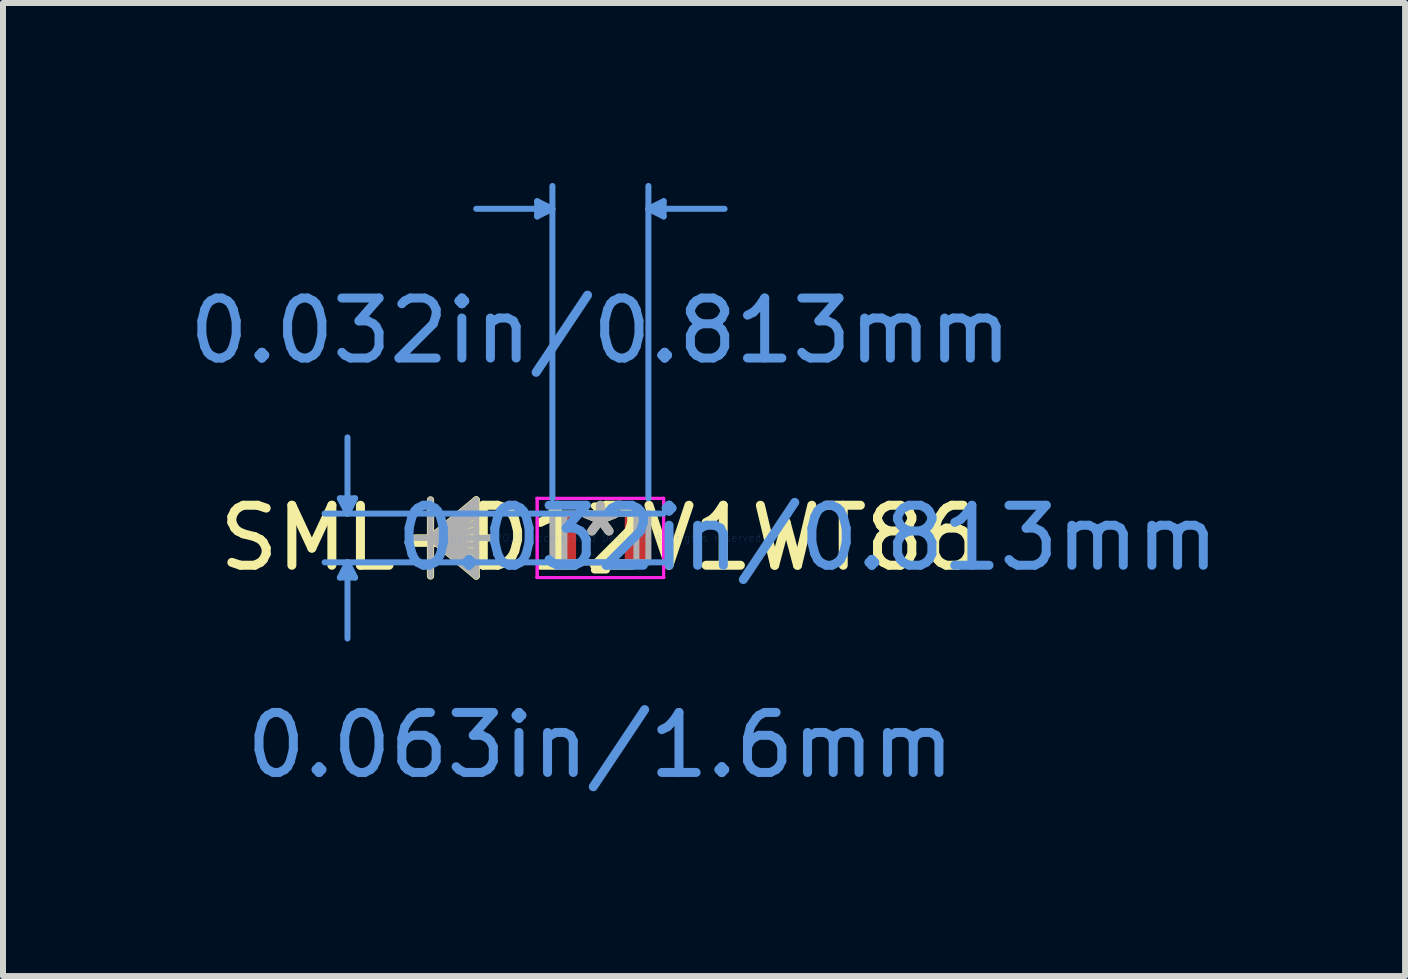
<source format=kicad_pcb>
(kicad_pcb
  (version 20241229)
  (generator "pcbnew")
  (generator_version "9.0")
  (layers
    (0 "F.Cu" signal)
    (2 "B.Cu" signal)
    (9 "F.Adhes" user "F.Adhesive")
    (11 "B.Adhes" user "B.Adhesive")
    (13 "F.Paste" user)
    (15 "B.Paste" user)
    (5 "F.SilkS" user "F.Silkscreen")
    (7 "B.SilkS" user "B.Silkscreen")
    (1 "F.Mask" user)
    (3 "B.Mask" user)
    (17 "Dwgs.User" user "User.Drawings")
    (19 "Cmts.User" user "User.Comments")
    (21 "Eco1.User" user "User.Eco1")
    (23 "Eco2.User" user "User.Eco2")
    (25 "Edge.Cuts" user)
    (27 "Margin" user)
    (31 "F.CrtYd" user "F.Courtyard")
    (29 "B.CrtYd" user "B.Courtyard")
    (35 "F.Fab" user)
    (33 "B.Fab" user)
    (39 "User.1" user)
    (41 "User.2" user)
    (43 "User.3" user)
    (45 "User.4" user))
  (footprint "SML-D12V1WT86"
    (layer "F.Cu")
    (at 6.958 5.917)
    (property "Reference" "SML-D12V1WT86" (at 0 0 0) (layer "F.SilkS") (effects (font (size 1 1) (thickness 0.15))))
    (attr through_hole)
    (fp_line (start -2.832 -0.635) (end -2.832 0.635) (stroke (width 0.12) (type solid)) (layer "F.SilkS"))
    (fp_line (start -2.832 0) (end -2.07 -0.635) (stroke (width 0.12) (type solid)) (layer "F.SilkS"))
    (fp_line (start -2.832 0) (end -2.07 -0.508) (stroke (width 0.12) (type solid)) (layer "F.SilkS"))
    (fp_line (start -2.832 0) (end -2.07 -0.381) (stroke (width 0.12) (type solid)) (layer "F.SilkS"))
    (fp_line (start -2.832 0) (end -2.07 -0.254) (stroke (width 0.12) (type solid)) (layer "F.SilkS"))
    (fp_line (start -2.832 0) (end -2.07 -0.127) (stroke (width 0.12) (type solid)) (layer "F.SilkS"))
    (fp_line (start -2.832 0) (end -2.07 0.127) (stroke (width 0.12) (type solid)) (layer "F.SilkS"))
    (fp_line (start -2.832 0) (end -2.07 0.254) (stroke (width 0.12) (type solid)) (layer "F.SilkS"))
    (fp_line (start -2.832 0) (end -2.07 0.381) (stroke (width 0.12) (type solid)) (layer "F.SilkS"))
    (fp_line (start -2.832 0) (end -2.07 0.508) (stroke (width 0.12) (type solid)) (layer "F.SilkS"))
    (fp_line (start -2.832 0) (end -2.07 0.635) (stroke (width 0.12) (type solid)) (layer "F.SilkS"))
    (fp_line (start -2.07 -0.635) (end -2.07 0.635) (stroke (width 0.12) (type solid)) (layer "F.SilkS"))
    (fp_line (start -1.816 0) (end -3.086 0) (stroke (width 0.12) (type solid)) (layer "F.SilkS"))
    (fp_line (start -0.099 0.533) (end 0.099 0.533) (stroke (width 0.12) (type solid)) (layer "F.SilkS"))
    (fp_line (start 0.099 -0.533) (end -0.099 -0.533) (stroke (width 0.12) (type solid)) (layer "F.SilkS"))
    (fp_line (start -4.343 -0.66) (end -4.089 -0.66) (stroke (width 0.1) (type solid)) (layer "Cmts.User"))
    (fp_line (start -4.343 0.66) (end -4.089 0.66) (stroke (width 0.1) (type solid)) (layer "Cmts.User"))
    (fp_line (start -4.216 -0.406) (end -4.343 -0.66) (stroke (width 0.1) (type solid)) (layer "Cmts.User"))
    (fp_line (start -4.216 -0.406) (end -4.216 -1.676) (stroke (width 0.1) (type solid)) (layer "Cmts.User"))
    (fp_line (start -4.216 -0.406) (end -4.089 -0.66) (stroke (width 0.1) (type solid)) (layer "Cmts.User"))
    (fp_line (start -4.216 0.406) (end -4.343 0.66) (stroke (width 0.1) (type solid)) (layer "Cmts.User"))
    (fp_line (start -4.216 0.406) (end -4.216 1.676) (stroke (width 0.1) (type solid)) (layer "Cmts.User"))
    (fp_line (start -4.216 0.406) (end -4.089 0.66) (stroke (width 0.1) (type solid)) (layer "Cmts.User"))
    (fp_line (start -1.054 -5.613) (end -1.054 -5.359) (stroke (width 0.1) (type solid)) (layer "Cmts.User"))
    (fp_line (start -0.8 -5.486) (end -2.07 -5.486) (stroke (width 0.1) (type solid)) (layer "Cmts.User"))
    (fp_line (start -0.8 -5.486) (end -1.054 -5.613) (stroke (width 0.1) (type solid)) (layer "Cmts.User"))
    (fp_line (start -0.8 -5.486) (end -1.054 -5.359) (stroke (width 0.1) (type solid)) (layer "Cmts.User"))
    (fp_line (start -0.8 -0.66) (end -0.8 -5.867) (stroke (width 0.1) (type solid)) (layer "Cmts.User"))
    (fp_line (start 0.8 -5.486) (end 1.054 -5.613) (stroke (width 0.1) (type solid)) (layer "Cmts.User"))
    (fp_line (start 0.8 -5.486) (end 1.054 -5.359) (stroke (width 0.1) (type solid)) (layer "Cmts.User"))
    (fp_line (start 0.8 -5.486) (end 2.07 -5.486) (stroke (width 0.1) (type solid)) (layer "Cmts.User"))
    (fp_line (start 0.8 -0.66) (end 0.8 -5.867) (stroke (width 0.1) (type solid)) (layer "Cmts.User"))
    (fp_line (start 1.054 -5.613) (end 1.054 -5.359) (stroke (width 0.1) (type solid)) (layer "Cmts.User"))
    (fp_line (start 1.054 -0.406) (end -4.597 -0.406) (stroke (width 0.1) (type solid)) (layer "Cmts.User"))
    (fp_line (start 1.054 0.406) (end -4.597 0.406) (stroke (width 0.1) (type solid)) (layer "Cmts.User"))
    (fp_line (start -1.054 -0.66) (end -1.054 -0.66) (stroke (width 0.05) (type solid)) (layer "F.CrtYd"))
    (fp_line (start -1.054 -0.66) (end -1.054 -0.66) (stroke (width 0.05) (type solid)) (layer "F.CrtYd"))
    (fp_line (start -1.054 -0.66) (end -1.054 -0.66) (stroke (width 0.05) (type solid)) (layer "F.CrtYd"))
    (fp_line (start -1.054 -0.66) (end -1.054 -0.66) (stroke (width 0.05) (type solid)) (layer "F.CrtYd"))
    (fp_line (start -1.054 -0.66) (end 1.054 -0.66) (stroke (width 0.05) (type solid)) (layer "F.CrtYd"))
    (fp_line (start -1.054 -0.66) (end 1.054 -0.66) (stroke (width 0.05) (type solid)) (layer "F.CrtYd"))
    (fp_line (start -1.054 0.66) (end -1.054 -0.66) (stroke (width 0.05) (type solid)) (layer "F.CrtYd"))
    (fp_line (start -1.054 0.66) (end -1.054 -0.66) (stroke (width 0.05) (type solid)) (layer "F.CrtYd"))
    (fp_line (start -1.054 0.66) (end -1.054 0.66) (stroke (width 0.05) (type solid)) (layer "F.CrtYd"))
    (fp_line (start -1.054 0.66) (end -1.054 0.66) (stroke (width 0.05) (type solid)) (layer "F.CrtYd"))
    (fp_line (start -1.054 0.66) (end -1.054 0.66) (stroke (width 0.05) (type solid)) (layer "F.CrtYd"))
    (fp_line (start -1.054 0.66) (end -1.054 0.66) (stroke (width 0.05) (type solid)) (layer "F.CrtYd"))
    (fp_line (start 1.054 -0.66) (end 1.054 -0.66) (stroke (width 0.05) (type solid)) (layer "F.CrtYd"))
    (fp_line (start 1.054 -0.66) (end 1.054 -0.66) (stroke (width 0.05) (type solid)) (layer "F.CrtYd"))
    (fp_line (start 1.054 -0.66) (end 1.054 -0.66) (stroke (width 0.05) (type solid)) (layer "F.CrtYd"))
    (fp_line (start 1.054 -0.66) (end 1.054 -0.66) (stroke (width 0.05) (type solid)) (layer "F.CrtYd"))
    (fp_line (start 1.054 -0.66) (end 1.054 0.66) (stroke (width 0.05) (type solid)) (layer "F.CrtYd"))
    (fp_line (start 1.054 -0.66) (end 1.054 0.66) (stroke (width 0.05) (type solid)) (layer "F.CrtYd"))
    (fp_line (start 1.054 0.66) (end -1.054 0.66) (stroke (width 0.05) (type solid)) (layer "F.CrtYd"))
    (fp_line (start 1.054 0.66) (end -1.054 0.66) (stroke (width 0.05) (type solid)) (layer "F.CrtYd"))
    (fp_line (start 1.054 0.66) (end 1.054 0.66) (stroke (width 0.05) (type solid)) (layer "F.CrtYd"))
    (fp_line (start 1.054 0.66) (end 1.054 0.66) (stroke (width 0.05) (type solid)) (layer "F.CrtYd"))
    (fp_line (start 1.054 0.66) (end 1.054 0.66) (stroke (width 0.05) (type solid)) (layer "F.CrtYd"))
    (fp_line (start 1.054 0.66) (end 1.054 0.66) (stroke (width 0.05) (type solid)) (layer "F.CrtYd"))
    (fp_line (start -2.832 -0.635) (end -2.832 0.635) (stroke (width 0.1) (type solid)) (layer "F.Fab"))
    (fp_line (start -2.832 0) (end -2.07 -0.635) (stroke (width 0.1) (type solid)) (layer "F.Fab"))
    (fp_line (start -2.832 0) (end -2.07 -0.508) (stroke (width 0.1) (type solid)) (layer "F.Fab"))
    (fp_line (start -2.832 0) (end -2.07 -0.381) (stroke (width 0.1) (type solid)) (layer "F.Fab"))
    (fp_line (start -2.832 0) (end -2.07 -0.254) (stroke (width 0.1) (type solid)) (layer "F.Fab"))
    (fp_line (start -2.832 0) (end -2.07 -0.127) (stroke (width 0.1) (type solid)) (layer "F.Fab"))
    (fp_line (start -2.832 0) (end -2.07 0.127) (stroke (width 0.1) (type solid)) (layer "F.Fab"))
    (fp_line (start -2.832 0) (end -2.07 0.254) (stroke (width 0.1) (type solid)) (layer "F.Fab"))
    (fp_line (start -2.832 0) (end -2.07 0.381) (stroke (width 0.1) (type solid)) (layer "F.Fab"))
    (fp_line (start -2.832 0) (end -2.07 0.508) (stroke (width 0.1) (type solid)) (layer "F.Fab"))
    (fp_line (start -2.832 0) (end -2.07 0.635) (stroke (width 0.1) (type solid)) (layer "F.Fab"))
    (fp_line (start -2.07 -0.635) (end -2.07 0.635) (stroke (width 0.1) (type solid)) (layer "F.Fab"))
    (fp_line (start -1.816 0) (end -3.086 0) (stroke (width 0.1) (type solid)) (layer "F.Fab"))
    (fp_line (start -0.8 -0.406) (end -0.8 0.406) (stroke (width 0.1) (type solid)) (layer "F.Fab"))
    (fp_line (start -0.8 0.406) (end 0.8 0.406) (stroke (width 0.1) (type solid)) (layer "F.Fab"))
    (fp_line (start -0.6 -0.406) (end -0.6 0.406) (stroke (width 0.1) (type solid)) (layer "F.Fab"))
    (fp_line (start -0.6 0.406) (end 0.6 0.406) (stroke (width 0.1) (type solid)) (layer "F.Fab"))
    (fp_line (start 0.6 -0.406) (end -0.6 -0.406) (stroke (width 0.1) (type solid)) (layer "F.Fab"))
    (fp_line (start 0.6 0.406) (end 0.6 -0.406) (stroke (width 0.1) (type solid)) (layer "F.Fab"))
    (fp_line (start 0.8 -0.406) (end -0.8 -0.406) (stroke (width 0.1) (type solid)) (layer "F.Fab"))
    (fp_line (start 0.8 0.406) (end 0.8 -0.406) (stroke (width 0.1) (type solid)) (layer "F.Fab"))
    (fp_text user "*" (at 0 0 0) (layer "F.SilkS") (effects (font (size 1 1) (thickness 0.15))))
    (fp_text user "0.032in/0.813mm" (at 3.454 0 0) (layer "Cmts.User") (effects (font (size 1 1) (thickness 0.15))))
    (fp_text user "0.032in/0.813mm" (at 0 -3.454 0) (layer "Cmts.User") (effects (font (size 1 1) (thickness 0.15))))
    (fp_text user "Copyright 2021 Accelerated Designs. All rights reserved." (at 0 0 0) (layer "Cmts.User") (effects (font (size 0.127 0.127) (thickness 0.002))))
    (fp_text user "0.063in/1.6mm" (at 0 3.454 0) (layer "Cmts.User") (effects (font (size 1 1) (thickness 0.15))))
    (fp_text user "*" (at 0 0 0) (layer "F.Fab") (effects (font (size 1 1) (thickness 0.15))))
    (pad "1" smd rect (at -0.603 0) (size 0.394 0.813) (layers "F.Cu" "F.Mask" "F.Paste"))
    (pad "2" smd rect (at 0.603 0) (size 0.394 0.813) (layers "F.Cu" "F.Mask" "F.Paste")))
  (gr_rect
    (start -3 -3)
    (end 20.371 13.22)
    (stroke (width 0.1) (type default))
    (fill no)
    (layer "Edge.Cuts")))
</source>
